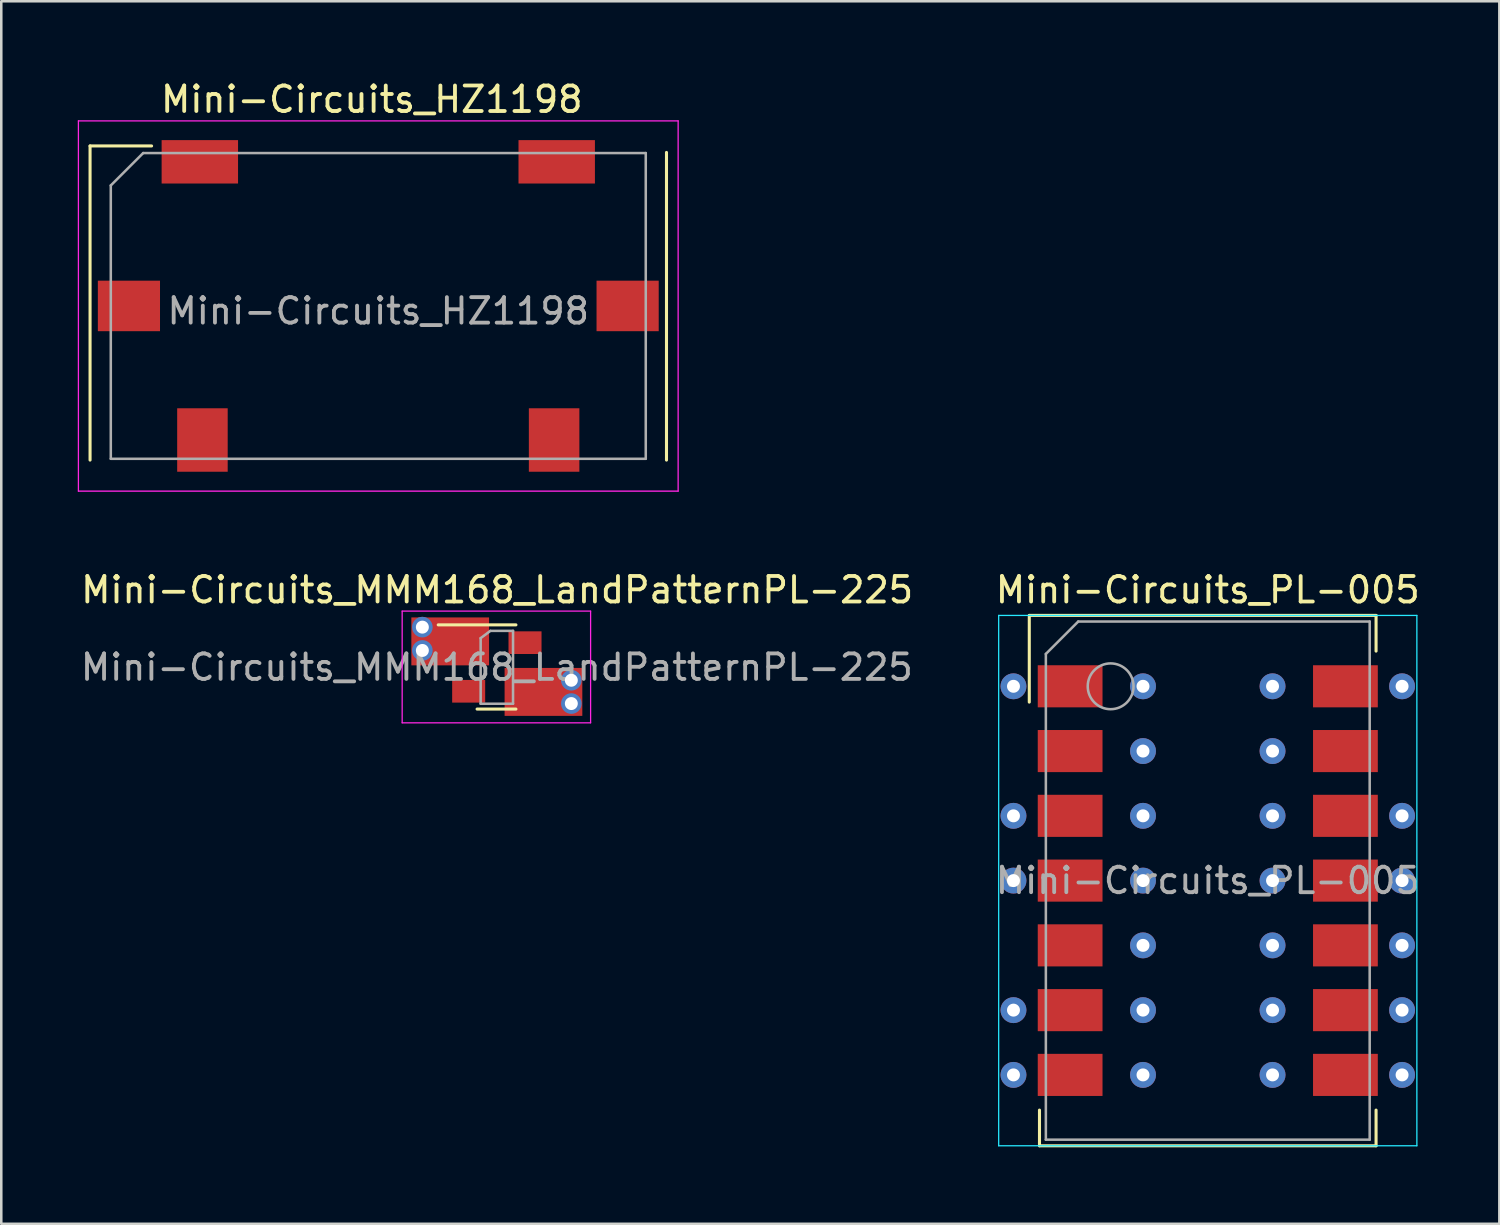
<source format=kicad_pcb>
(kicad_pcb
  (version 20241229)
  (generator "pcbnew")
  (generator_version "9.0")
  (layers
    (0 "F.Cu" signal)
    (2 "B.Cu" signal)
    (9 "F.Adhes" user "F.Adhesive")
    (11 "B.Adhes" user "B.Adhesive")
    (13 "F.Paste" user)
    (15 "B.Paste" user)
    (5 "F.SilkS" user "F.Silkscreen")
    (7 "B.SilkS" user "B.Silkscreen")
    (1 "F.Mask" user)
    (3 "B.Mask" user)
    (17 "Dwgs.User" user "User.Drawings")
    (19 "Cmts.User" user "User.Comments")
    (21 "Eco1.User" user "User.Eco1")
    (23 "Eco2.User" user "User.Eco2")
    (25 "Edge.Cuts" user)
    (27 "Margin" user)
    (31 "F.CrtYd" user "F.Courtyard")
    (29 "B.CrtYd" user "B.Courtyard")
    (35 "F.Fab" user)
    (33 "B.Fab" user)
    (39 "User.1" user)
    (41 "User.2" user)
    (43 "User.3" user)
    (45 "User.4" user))
  (footprint "Mini-Circuits_MMM168_LandPatternPL-225"
    (layer "F.Cu")
    (at 16.422 23.107)
    (property "Reference" "Mini-Circuits_MMM168_LandPatternPL-225" (at 0.025 -3.023 0) (layer "F.SilkS") (effects (font (size 1 1) (thickness 0.15))))
    (attr smd)
    (fp_line (start 0.762 -1.651) (end -2.286 -1.651) (stroke (width 0.12) (type solid)) (layer "F.SilkS"))
    (fp_line (start 0.762 1.651) (end -0.762 1.651) (stroke (width 0.12) (type solid)) (layer "F.SilkS"))
    (fp_line (start -3.7 -2.19) (end -3.7 2.19) (stroke (width 0.05) (type solid)) (layer "F.CrtYd"))
    (fp_line (start -3.7 -2.19) (end 3.69 -2.19) (stroke (width 0.05) (type solid)) (layer "F.CrtYd"))
    (fp_line (start 3.69 2.19) (end -3.7 2.19) (stroke (width 0.05) (type solid)) (layer "F.CrtYd"))
    (fp_line (start 3.69 2.19) (end 3.69 -2.19) (stroke (width 0.05) (type solid)) (layer "F.CrtYd"))
    (fp_line (start -0.622 -1.13) (end -0.241 -1.416) (stroke (width 0.1) (type solid)) (layer "F.Fab"))
    (fp_line (start -0.622 1.441) (end -0.622 -1.13) (stroke (width 0.1) (type solid)) (layer "F.Fab"))
    (fp_line (start -0.241 -1.416) (end 0.648 -1.416) (stroke (width 0.1) (type solid)) (layer "F.Fab"))
    (fp_line (start 0.648 -1.416) (end 0.648 1.441) (stroke (width 0.1) (type solid)) (layer "F.Fab"))
    (fp_line (start 0.648 1.441) (end -0.622 1.441) (stroke (width 0.1) (type solid)) (layer "F.Fab"))
    (fp_text user "${REFERENCE}" (at 0.013 0.013 0) (layer "F.Fab") (effects (font (size 1 1) (thickness 0.15))))
    (pad "1" thru_hole circle (at -2.908 -1.562) (size 0.808 0.808) (drill 0.508) (layers "*.Cu"))
    (pad "1" thru_hole circle (at -2.908 -0.648) (size 0.808 0.808) (drill 0.508) (layers "*.Cu"))
    (pad "1" smd rect (at -1.816 -1.003 90) (size 1.88 3.048) (layers "F.Cu"))
    (pad "1" smd rect (at -1.092 -0.953 90) (size 0.889 1.295) (layers "F.Cu" "F.Mask" "F.Paste"))
    (pad "2" smd rect (at 1.118 -0.953 90) (size 0.889 1.295) (layers "F.Cu" "F.Mask" "F.Paste"))
    (pad "3" smd rect (at 1.118 0.749 90) (size 1.194 1.295) (layers "F.Cu" "F.Mask" "F.Paste"))
    (pad "3" smd rect (at 1.841 0.978 90) (size 1.88 3.048) (layers "F.Cu"))
    (pad "3" thru_hole circle (at 2.934 0.521) (size 0.808 0.808) (drill 0.508) (layers "*.Cu"))
    (pad "3" thru_hole circle (at 2.934 1.435) (size 0.808 0.808) (drill 0.508) (layers "*.Cu"))
    (pad "4" smd rect (at -1.092 0.953 90) (size 0.889 1.295) (layers "F.Cu" "F.Mask" "F.Paste")))
  (footprint "Mini-Circuits_HZ1198"
    (layer "F.Cu")
    (at 11.785 9.151)
    (property "Reference" "Mini-Circuits_HZ1198" (at -0.254 -8.303 0) (layer "F.SilkS") (effects (font (size 1 1) (thickness 0.15))))
    (attr smd)
    (fp_line (start -11.303 -6.477) (end -11.303 5.842) (stroke (width 0.12) (type solid)) (layer "F.SilkS"))
    (fp_line (start -8.89 -6.477) (end -11.303 -6.477) (stroke (width 0.12) (type solid)) (layer "F.SilkS"))
    (fp_line (start 11.303 -6.223) (end 11.303 5.842) (stroke (width 0.12) (type solid)) (layer "F.SilkS"))
    (fp_line (start -11.76 -7.46) (end -11.76 7.06) (stroke (width 0.05) (type solid)) (layer "F.CrtYd"))
    (fp_line (start -11.76 -7.46) (end 11.76 -7.46) (stroke (width 0.05) (type solid)) (layer "F.CrtYd"))
    (fp_line (start 11.76 7.06) (end -11.76 7.06) (stroke (width 0.05) (type solid)) (layer "F.CrtYd"))
    (fp_line (start 11.76 7.06) (end 11.76 -7.46) (stroke (width 0.05) (type solid)) (layer "F.CrtYd"))
    (fp_line (start -10.49 -4.928) (end -9.22 -6.198) (stroke (width 0.1) (type solid)) (layer "F.Fab"))
    (fp_line (start -10.49 5.791) (end -10.49 -4.928) (stroke (width 0.1) (type solid)) (layer "F.Fab"))
    (fp_line (start -9.22 -6.198) (end 10.49 -6.198) (stroke (width 0.1) (type solid)) (layer "F.Fab"))
    (fp_line (start 10.49 -6.198) (end 10.49 5.791) (stroke (width 0.1) (type solid)) (layer "F.Fab"))
    (fp_line (start 10.49 5.791) (end -10.49 5.791) (stroke (width 0.1) (type solid)) (layer "F.Fab"))
    (fp_text user "${REFERENCE}" (at 0 -0.003 0) (layer "F.Fab") (effects (font (size 1 1) (thickness 0.15))))
    (pad "1" smd rect (at -6.998 -5.855) (size 2.997 1.702) (layers "F.Cu" "F.Mask" "F.Paste"))
    (pad "2" smd rect (at 6.998 -5.855) (size 2.997 1.702) (layers "F.Cu" "F.Mask" "F.Paste"))
    (pad "3" smd rect (at 9.779 -0.203) (size 2.438 1.981) (layers "F.Cu" "F.Mask" "F.Paste"))
    (pad "4" smd rect (at 6.896 5.055) (size 1.981 2.489) (layers "F.Cu" "F.Mask" "F.Paste"))
    (pad "5" smd rect (at -6.896 5.055) (size 1.981 2.489) (layers "F.Cu" "F.Mask" "F.Paste"))
    (pad "6" smd rect (at -9.779 -0.203) (size 2.438 1.981) (layers "F.Cu" "F.Mask" "F.Paste")))
  (footprint "Mini-Circuits_PL-005"
    (layer "F.Cu")
    (at 44.316 31.485)
    (property "Reference" "Mini-Circuits_PL-005" (at 0 -11.4 0) (layer "F.SilkS") (effects (font (size 1 1) (thickness 0.15))))
    (attr smd)
    (fp_line (start -7 -10.4) (end 6.6 -10.4) (stroke (width 0.12) (type solid)) (layer "F.SilkS"))
    (fp_line (start -7 -7) (end -7 -10.4) (stroke (width 0.12) (type solid)) (layer "F.SilkS"))
    (fp_line (start -6.6 9) (end -6.6 10.4) (stroke (width 0.12) (type solid)) (layer "F.SilkS"))
    (fp_line (start -6.6 10.4) (end 6.6 10.4) (stroke (width 0.12) (type solid)) (layer "F.SilkS"))
    (fp_line (start 6.6 -10.4) (end 6.6 -9) (stroke (width 0.12) (type solid)) (layer "F.SilkS"))
    (fp_line (start 6.6 10.4) (end 6.6 9) (stroke (width 0.12) (type solid)) (layer "F.SilkS"))
    (fp_line (start -8.2 -10.4) (end 8.2 -10.4) (stroke (width 0.05) (type solid)) (layer "B.CrtYd"))
    (fp_line (start -8.2 10.4) (end -8.2 -10.4) (stroke (width 0.05) (type solid)) (layer "B.CrtYd"))
    (fp_line (start 8.2 -10.4) (end 8.2 10.4) (stroke (width 0.05) (type solid)) (layer "B.CrtYd"))
    (fp_line (start 8.2 10.4) (end -8.2 10.4) (stroke (width 0.05) (type solid)) (layer "B.CrtYd"))
    (fp_line (start -6.35 -8.89) (end -6.35 10.16) (stroke (width 0.1) (type solid)) (layer "F.Fab"))
    (fp_line (start -6.35 10.16) (end 6.35 10.16) (stroke (width 0.1) (type solid)) (layer "F.Fab"))
    (fp_line (start -5.08 -10.16) (end -6.35 -8.89) (stroke (width 0.1) (type solid)) (layer "F.Fab"))
    (fp_line (start 6.35 -10.16) (end -5.08 -10.16) (stroke (width 0.1) (type solid)) (layer "F.Fab"))
    (fp_line (start 6.35 10.16) (end 6.35 -10.16) (stroke (width 0.1) (type solid)) (layer "F.Fab"))
    (fp_circle (center -3.81 -7.62) (end -2.912 -7.62) (stroke (width 0.1) (type solid)) (fill no) (layer "F.Fab"))
    (fp_text user "${REFERENCE}" (at 0 0 0) (layer "F.Fab") (effects (font (size 1 1) (thickness 0.15))))
    (pad "1" thru_hole circle (at -7.62 -7.62) (size 1.016 1.016) (drill 0.508) (layers "*.Cu"))
    (pad "1" thru_hole circle (at -7.62 -2.54) (size 1.016 1.016) (drill 0.508) (layers "*.Cu"))
    (pad "1" thru_hole circle (at -7.62 0) (size 1.016 1.016) (drill 0.508) (layers "*.Cu"))
    (pad "1" thru_hole circle (at -7.62 5.08) (size 1.016 1.016) (drill 0.508) (layers "*.Cu"))
    (pad "1" thru_hole circle (at -7.62 7.62) (size 1.016 1.016) (drill 0.508) (layers "*.Cu"))
    (pad "1" smd rect (at -6.668 -7.62) (size 2.54 1.651) (drill (offset 1.27 0)) (layers "F.Cu" "F.Mask" "F.Paste"))
    (pad "1" thru_hole circle (at -2.54 -7.62) (size 1.016 1.016) (drill 0.508) (layers "*.Cu"))
    (pad "1" thru_hole circle (at -2.54 -5.08) (size 1.016 1.016) (drill 0.508) (layers "*.Cu"))
    (pad "1" thru_hole circle (at -2.54 -2.54) (size 1.016 1.016) (drill 0.508) (layers "*.Cu"))
    (pad "1" thru_hole circle (at -2.54 0) (size 1.016 1.016) (drill 0.508) (layers "*.Cu"))
    (pad "1" thru_hole circle (at -2.54 2.54) (size 1.016 1.016) (drill 0.508) (layers "*.Cu"))
    (pad "1" thru_hole circle (at -2.54 5.08) (size 1.016 1.016) (drill 0.508) (layers "*.Cu"))
    (pad "1" thru_hole circle (at -2.54 7.62) (size 1.016 1.016) (drill 0.508) (layers "*.Cu"))
    (pad "1" thru_hole circle (at 2.54 -7.62) (size 1.016 1.016) (drill 0.508) (layers "*.Cu"))
    (pad "1" thru_hole circle (at 2.54 -5.08) (size 1.016 1.016) (drill 0.508) (layers "*.Cu"))
    (pad "1" thru_hole circle (at 2.54 -2.54) (size 1.016 1.016) (drill 0.508) (layers "*.Cu"))
    (pad "1" thru_hole circle (at 2.54 0) (size 1.016 1.016) (drill 0.508) (layers "*.Cu"))
    (pad "1" thru_hole circle (at 2.54 2.54) (size 1.016 1.016) (drill 0.508) (layers "*.Cu"))
    (pad "1" thru_hole circle (at 2.54 5.08) (size 1.016 1.016) (drill 0.508) (layers "*.Cu"))
    (pad "1" thru_hole circle (at 2.54 7.62) (size 1.016 1.016) (drill 0.508) (layers "*.Cu"))
    (pad "1" thru_hole circle (at 7.62 -7.62) (size 1.016 1.016) (drill 0.508) (layers "*.Cu"))
    (pad "1" thru_hole circle (at 7.62 -2.54) (size 1.016 1.016) (drill 0.508) (layers "*.Cu"))
    (pad "1" thru_hole circle (at 7.62 0) (size 1.016 1.016) (drill 0.508) (layers "*.Cu"))
    (pad "1" thru_hole circle (at 7.62 2.54) (size 1.016 1.016) (drill 0.508) (layers "*.Cu"))
    (pad "1" thru_hole circle (at 7.62 5.08) (size 1.016 1.016) (drill 0.508) (layers "*.Cu"))
    (pad "1" thru_hole circle (at 7.62 7.62) (size 1.016 1.016) (drill 0.508) (layers "*.Cu"))
    (pad "2" smd rect (at -6.668 -5.08) (size 2.54 1.651) (drill (offset 1.27 0)) (layers "F.Cu" "F.Mask" "F.Paste"))
    (pad "3" smd rect (at -6.668 -2.54) (size 2.54 1.651) (drill (offset 1.27 0)) (layers "F.Cu" "F.Mask" "F.Paste"))
    (pad "4" smd rect (at -6.668 0) (size 2.54 1.651) (drill (offset 1.27 0)) (layers "F.Cu" "F.Mask" "F.Paste"))
    (pad "5" smd rect (at -6.668 2.54) (size 2.54 1.651) (drill (offset 1.27 0)) (layers "F.Cu" "F.Mask" "F.Paste"))
    (pad "6" smd rect (at -6.668 5.08) (size 2.54 1.651) (drill (offset 1.27 0)) (layers "F.Cu" "F.Mask" "F.Paste"))
    (pad "7" smd rect (at -6.668 7.62) (size 2.54 1.651) (drill (offset 1.27 0)) (layers "F.Cu" "F.Mask" "F.Paste"))
    (pad "8" smd rect (at 6.668 7.62) (size 2.54 1.651) (drill (offset -1.27 0)) (layers "F.Cu" "F.Mask" "F.Paste"))
    (pad "9" smd rect (at 6.668 5.08) (size 2.54 1.651) (drill (offset -1.27 0)) (layers "F.Cu" "F.Mask" "F.Paste"))
    (pad "10" smd rect (at 6.668 2.54) (size 2.54 1.651) (drill (offset -1.27 0)) (layers "F.Cu" "F.Mask" "F.Paste"))
    (pad "11" smd rect (at 6.668 0) (size 2.54 1.651) (drill (offset -1.27 0)) (layers "F.Cu" "F.Mask" "F.Paste"))
    (pad "12" smd rect (at 6.668 -2.54) (size 2.54 1.651) (drill (offset -1.27 0)) (layers "F.Cu" "F.Mask" "F.Paste"))
    (pad "13" smd rect (at 6.668 -5.08) (size 2.54 1.651) (drill (offset -1.27 0)) (layers "F.Cu" "F.Mask" "F.Paste"))
    (pad "14" smd rect (at 6.668 -7.62) (size 2.54 1.651) (drill (offset -1.27 0)) (layers "F.Cu" "F.Mask" "F.Paste")))
  (gr_rect
    (start -3 -3)
    (end 55.751 44.945)
    (stroke (width 0.1) (type default))
    (fill no)
    (layer "Edge.Cuts")))
</source>
